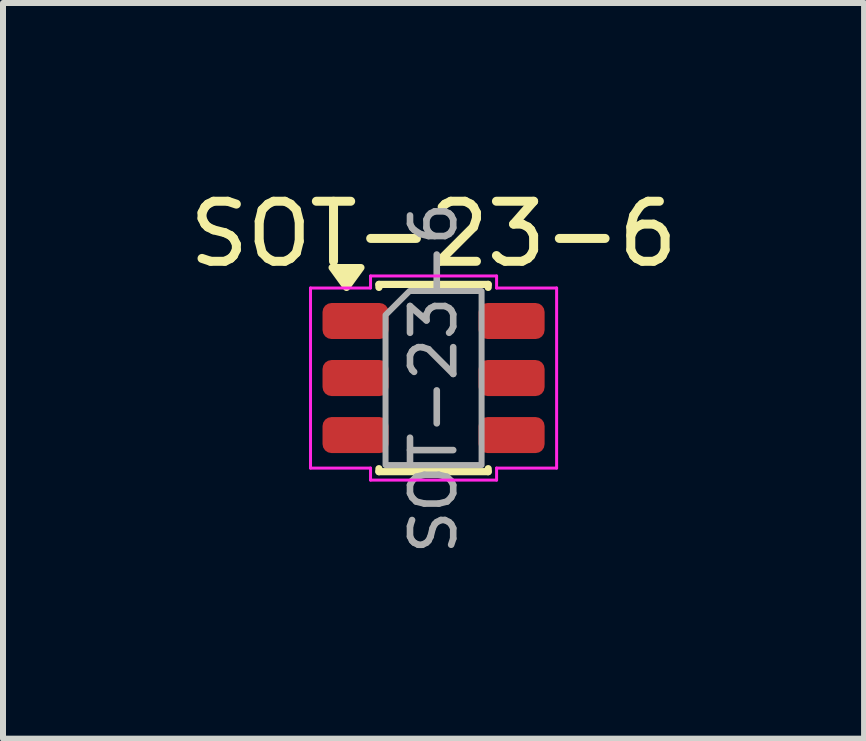
<source format=kicad_pcb>
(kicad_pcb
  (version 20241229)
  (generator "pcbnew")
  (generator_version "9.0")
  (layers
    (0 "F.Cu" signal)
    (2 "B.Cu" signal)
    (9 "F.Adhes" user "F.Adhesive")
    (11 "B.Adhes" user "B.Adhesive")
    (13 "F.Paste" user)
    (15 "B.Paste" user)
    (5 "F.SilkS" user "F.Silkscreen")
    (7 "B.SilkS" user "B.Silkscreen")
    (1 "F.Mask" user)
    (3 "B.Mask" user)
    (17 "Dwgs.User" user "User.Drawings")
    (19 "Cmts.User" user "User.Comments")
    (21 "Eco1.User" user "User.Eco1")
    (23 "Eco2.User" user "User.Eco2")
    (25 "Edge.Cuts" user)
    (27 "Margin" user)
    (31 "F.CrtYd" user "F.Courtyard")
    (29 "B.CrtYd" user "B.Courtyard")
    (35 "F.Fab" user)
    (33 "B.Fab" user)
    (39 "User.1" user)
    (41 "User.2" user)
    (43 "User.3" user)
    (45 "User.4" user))
  (footprint "SOT-23-6"
    (layer "F.Cu")
    (at 4.173 3.248)
    (property "Reference" "SOT-23-6" (at 0 -2.4 0) (layer "F.SilkS") (effects (font (size 1 1) (thickness 0.15))))
    (attr smd)
    (fp_line (start -0.91 -1.56) (end 0.91 -1.56) (stroke (width 0.12) (type solid)) (layer "F.SilkS"))
    (fp_line (start -0.91 -1.51) (end -0.91 -1.56) (stroke (width 0.12) (type solid)) (layer "F.SilkS"))
    (fp_line (start -0.91 1.56) (end -0.91 1.51) (stroke (width 0.12) (type solid)) (layer "F.SilkS"))
    (fp_line (start 0.91 -1.56) (end 0.91 -1.51) (stroke (width 0.12) (type solid)) (layer "F.SilkS"))
    (fp_line (start 0.91 1.51) (end 0.91 1.56) (stroke (width 0.12) (type solid)) (layer "F.SilkS"))
    (fp_line (start 0.91 1.56) (end -0.91 1.56) (stroke (width 0.12) (type solid)) (layer "F.SilkS"))
    (fp_poly (pts (xy -1.45 -1.51) (xy -1.69 -1.84) (xy -1.21 -1.84)) (stroke (width 0.12) (type solid)) (fill yes) (layer "F.SilkS"))
    (fp_line (start -2.05 -1.5) (end -1.05 -1.5) (stroke (width 0.05) (type solid)) (layer "F.CrtYd"))
    (fp_line (start -2.05 1.5) (end -2.05 -1.5) (stroke (width 0.05) (type solid)) (layer "F.CrtYd"))
    (fp_line (start -1.05 -1.7) (end 1.05 -1.7) (stroke (width 0.05) (type solid)) (layer "F.CrtYd"))
    (fp_line (start -1.05 -1.5) (end -1.05 -1.7) (stroke (width 0.05) (type solid)) (layer "F.CrtYd"))
    (fp_line (start -1.05 1.5) (end -2.05 1.5) (stroke (width 0.05) (type solid)) (layer "F.CrtYd"))
    (fp_line (start -1.05 1.7) (end -1.05 1.5) (stroke (width 0.05) (type solid)) (layer "F.CrtYd"))
    (fp_line (start 1.05 -1.7) (end 1.05 -1.5) (stroke (width 0.05) (type solid)) (layer "F.CrtYd"))
    (fp_line (start 1.05 -1.5) (end 2.05 -1.5) (stroke (width 0.05) (type solid)) (layer "F.CrtYd"))
    (fp_line (start 1.05 1.5) (end 1.05 1.7) (stroke (width 0.05) (type solid)) (layer "F.CrtYd"))
    (fp_line (start 1.05 1.7) (end -1.05 1.7) (stroke (width 0.05) (type solid)) (layer "F.CrtYd"))
    (fp_line (start 2.05 -1.5) (end 2.05 1.5) (stroke (width 0.05) (type solid)) (layer "F.CrtYd"))
    (fp_line (start 2.05 1.5) (end 1.05 1.5) (stroke (width 0.05) (type solid)) (layer "F.CrtYd"))
    (fp_poly (pts (xy -0.8 -1.05) (xy -0.8 1.45) (xy 0.8 1.45) (xy 0.8 -1.45) (xy -0.4 -1.45)) (stroke (width 0.1) (type solid)) (fill no) (layer "F.Fab"))
    (fp_text user "${REFERENCE}" (at 0 0 90) (layer "F.Fab") (effects (font (size 0.72 0.72) (thickness 0.11))))
    (pad "1" smd roundrect (at -1.3 -0.95) (size 1.1 0.6) (layers "F.Cu" "F.Mask" "F.Paste") (roundrect_rratio 0.25))
    (pad "2" smd roundrect (at -1.3 0) (size 1.1 0.6) (layers "F.Cu" "F.Mask" "F.Paste") (roundrect_rratio 0.25))
    (pad "3" smd roundrect (at -1.3 0.95) (size 1.1 0.6) (layers "F.Cu" "F.Mask" "F.Paste") (roundrect_rratio 0.25))
    (pad "4" smd roundrect (at 1.3 0.95) (size 1.1 0.6) (layers "F.Cu" "F.Mask" "F.Paste") (roundrect_rratio 0.25))
    (pad "5" smd roundrect (at 1.3 0) (size 1.1 0.6) (layers "F.Cu" "F.Mask" "F.Paste") (roundrect_rratio 0.25))
    (pad "6" smd roundrect (at 1.3 -0.95) (size 1.1 0.6) (layers "F.Cu" "F.Mask" "F.Paste") (roundrect_rratio 0.25)))
  (gr_rect
    (start -3 -3)
    (end 11.345 9.256)
    (stroke (width 0.1) (type default))
    (fill no)
    (layer "Edge.Cuts")))
</source>
